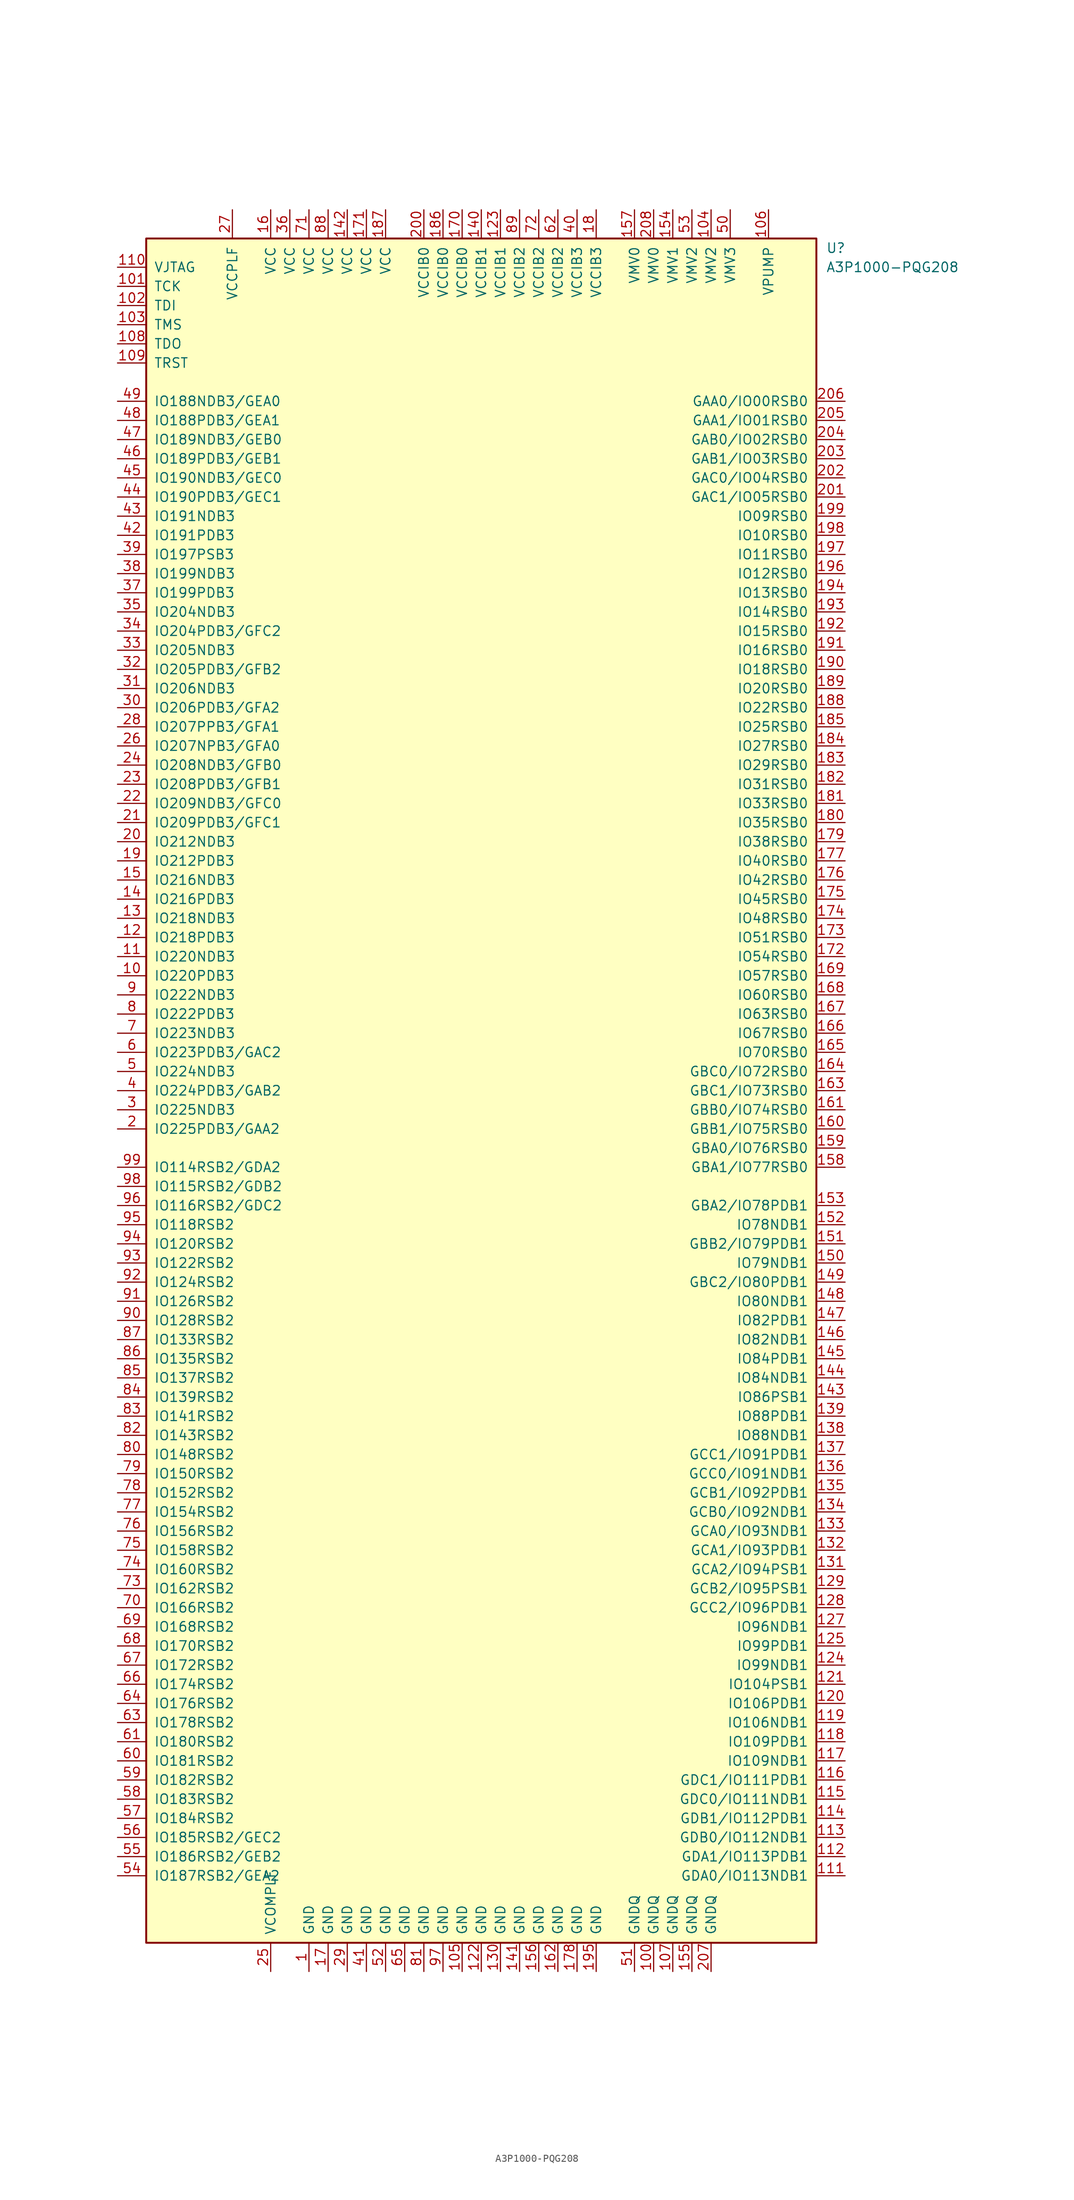
<source format=kicad_sym>
(kicad_symbol_lib
  (version 20201005)
  (generator kicad_symbol_editor)
  (symbol "FPGA_Microsemi:A3P1000-PQG208"
    (pin_names
      (offset 1.016))
    (property "Reference" "U"
      (at 45.72 111.76 0)
      (effects (font (size 1.27 1.27)) (justify left)))
    (property "Value" "A3P1000-PQG208"
      (at 45.72 109.22 0)
      (effects (font (size 1.27 1.27)) (justify left)))
    (symbol "A3P1000-PQG208_1_0"
      (rectangle (start -44.45 -113.03) (end 44.45 113.03) (stroke (width 0.254)) (fill (type background))))
    (symbol "A3P1000-PQG208_1_1"
      (pin power_in line (at -22.86 -116.84 90) (length 3.81) (name "GND" (effects (font (size 1.27 1.27)))) (number "1" (effects (font (size 1.27 1.27)))))
      (pin bidirectional line (at -48.26 15.24 0) (length 3.81) (name "IO220PDB3" (effects (font (size 1.27 1.27)))) (number "10" (effects (font (size 1.27 1.27)))))
      (pin power_in line (at 22.86 -116.84 90) (length 3.81) (name "GNDQ" (effects (font (size 1.27 1.27)))) (number "100" (effects (font (size 1.27 1.27)))))
      (pin bidirectional line (at -48.26 106.68 0) (length 3.81) (name "TCK" (effects (font (size 1.27 1.27)))) (number "101" (effects (font (size 1.27 1.27)))))
      (pin bidirectional line (at -48.26 104.14 0) (length 3.81) (name "TDI" (effects (font (size 1.27 1.27)))) (number "102" (effects (font (size 1.27 1.27)))))
      (pin bidirectional line (at -48.26 101.6 0) (length 3.81) (name "TMS" (effects (font (size 1.27 1.27)))) (number "103" (effects (font (size 1.27 1.27)))))
      (pin power_in line (at 30.48 116.84 270) (length 3.81) (name "VMV2" (effects (font (size 1.27 1.27)))) (number "104" (effects (font (size 1.27 1.27)))))
      (pin power_in line (at -2.54 -116.84 90) (length 3.81) (name "GND" (effects (font (size 1.27 1.27)))) (number "105" (effects (font (size 1.27 1.27)))))
      (pin power_in line (at 38.1 116.84 270) (length 3.81) (name "VPUMP" (effects (font (size 1.27 1.27)))) (number "106" (effects (font (size 1.27 1.27)))))
      (pin power_in line (at 25.4 -116.84 90) (length 3.81) (name "GNDQ" (effects (font (size 1.27 1.27)))) (number "107" (effects (font (size 1.27 1.27)))))
      (pin bidirectional line (at -48.26 99.06 0) (length 3.81) (name "TDO" (effects (font (size 1.27 1.27)))) (number "108" (effects (font (size 1.27 1.27)))))
      (pin bidirectional line (at -48.26 96.52 0) (length 3.81) (name "TRST" (effects (font (size 1.27 1.27)))) (number "109" (effects (font (size 1.27 1.27)))))
      (pin bidirectional line (at -48.26 17.78 0) (length 3.81) (name "IO220NDB3" (effects (font (size 1.27 1.27)))) (number "11" (effects (font (size 1.27 1.27)))))
      (pin power_in line (at -48.26 109.22 0) (length 3.81) (name "VJTAG" (effects (font (size 1.27 1.27)))) (number "110" (effects (font (size 1.27 1.27)))))
      (pin bidirectional line (at 48.26 -104.14 180) (length 3.81) (name "GDA0/IO113NDB1" (effects (font (size 1.27 1.27)))) (number "111" (effects (font (size 1.27 1.27)))))
      (pin bidirectional line (at 48.26 -101.6 180) (length 3.81) (name "GDA1/IO113PDB1" (effects (font (size 1.27 1.27)))) (number "112" (effects (font (size 1.27 1.27)))))
      (pin bidirectional line (at 48.26 -99.06 180) (length 3.81) (name "GDB0/IO112NDB1" (effects (font (size 1.27 1.27)))) (number "113" (effects (font (size 1.27 1.27)))))
      (pin bidirectional line (at 48.26 -96.52 180) (length 3.81) (name "GDB1/IO112PDB1" (effects (font (size 1.27 1.27)))) (number "114" (effects (font (size 1.27 1.27)))))
      (pin bidirectional line (at 48.26 -93.98 180) (length 3.81) (name "GDC0/IO111NDB1" (effects (font (size 1.27 1.27)))) (number "115" (effects (font (size 1.27 1.27)))))
      (pin bidirectional line (at 48.26 -91.44 180) (length 3.81) (name "GDC1/IO111PDB1" (effects (font (size 1.27 1.27)))) (number "116" (effects (font (size 1.27 1.27)))))
      (pin bidirectional line (at 48.26 -88.9 180) (length 3.81) (name "IO109NDB1" (effects (font (size 1.27 1.27)))) (number "117" (effects (font (size 1.27 1.27)))))
      (pin bidirectional line (at 48.26 -86.36 180) (length 3.81) (name "IO109PDB1" (effects (font (size 1.27 1.27)))) (number "118" (effects (font (size 1.27 1.27)))))
      (pin bidirectional line (at 48.26 -83.82 180) (length 3.81) (name "IO106NDB1" (effects (font (size 1.27 1.27)))) (number "119" (effects (font (size 1.27 1.27)))))
      (pin bidirectional line (at -48.26 20.32 0) (length 3.81) (name "IO218PDB3" (effects (font (size 1.27 1.27)))) (number "12" (effects (font (size 1.27 1.27)))))
      (pin bidirectional line (at 48.26 -81.28 180) (length 3.81) (name "IO106PDB1" (effects (font (size 1.27 1.27)))) (number "120" (effects (font (size 1.27 1.27)))))
      (pin bidirectional line (at 48.26 -78.74 180) (length 3.81) (name "IO104PSB1" (effects (font (size 1.27 1.27)))) (number "121" (effects (font (size 1.27 1.27)))))
      (pin power_in line (at 0 -116.84 90) (length 3.81) (name "GND" (effects (font (size 1.27 1.27)))) (number "122" (effects (font (size 1.27 1.27)))))
      (pin power_in line (at 2.54 116.84 270) (length 3.81) (name "VCCIB1" (effects (font (size 1.27 1.27)))) (number "123" (effects (font (size 1.27 1.27)))))
      (pin bidirectional line (at 48.26 -76.2 180) (length 3.81) (name "IO99NDB1" (effects (font (size 1.27 1.27)))) (number "124" (effects (font (size 1.27 1.27)))))
      (pin bidirectional line (at 48.26 -73.66 180) (length 3.81) (name "IO99PDB1" (effects (font (size 1.27 1.27)))) (number "125" (effects (font (size 1.27 1.27)))))
      (pin bidirectional line (at 48.26 -71.12 180) (length 3.81) (name "IO96NDB1" (effects (font (size 1.27 1.27)))) (number "127" (effects (font (size 1.27 1.27)))))
      (pin bidirectional line (at 48.26 -68.58 180) (length 3.81) (name "GCC2/IO96PDB1" (effects (font (size 1.27 1.27)))) (number "128" (effects (font (size 1.27 1.27)))))
      (pin bidirectional line (at 48.26 -66.04 180) (length 3.81) (name "GCB2/IO95PSB1" (effects (font (size 1.27 1.27)))) (number "129" (effects (font (size 1.27 1.27)))))
      (pin bidirectional line (at -48.26 22.86 0) (length 3.81) (name "IO218NDB3" (effects (font (size 1.27 1.27)))) (number "13" (effects (font (size 1.27 1.27)))))
      (pin power_in line (at 2.54 -116.84 90) (length 3.81) (name "GND" (effects (font (size 1.27 1.27)))) (number "130" (effects (font (size 1.27 1.27)))))
      (pin bidirectional line (at 48.26 -63.5 180) (length 3.81) (name "GCA2/IO94PSB1" (effects (font (size 1.27 1.27)))) (number "131" (effects (font (size 1.27 1.27)))))
      (pin bidirectional line (at 48.26 -60.96 180) (length 3.81) (name "GCA1/IO93PDB1" (effects (font (size 1.27 1.27)))) (number "132" (effects (font (size 1.27 1.27)))))
      (pin bidirectional line (at 48.26 -58.42 180) (length 3.81) (name "GCA0/IO93NDB1" (effects (font (size 1.27 1.27)))) (number "133" (effects (font (size 1.27 1.27)))))
      (pin bidirectional line (at 48.26 -55.88 180) (length 3.81) (name "GCB0/IO92NDB1" (effects (font (size 1.27 1.27)))) (number "134" (effects (font (size 1.27 1.27)))))
      (pin bidirectional line (at 48.26 -53.34 180) (length 3.81) (name "GCB1/IO92PDB1" (effects (font (size 1.27 1.27)))) (number "135" (effects (font (size 1.27 1.27)))))
      (pin bidirectional line (at 48.26 -50.8 180) (length 3.81) (name "GCC0/IO91NDB1" (effects (font (size 1.27 1.27)))) (number "136" (effects (font (size 1.27 1.27)))))
      (pin bidirectional line (at 48.26 -48.26 180) (length 3.81) (name "GCC1/IO91PDB1" (effects (font (size 1.27 1.27)))) (number "137" (effects (font (size 1.27 1.27)))))
      (pin bidirectional line (at 48.26 -45.72 180) (length 3.81) (name "IO88NDB1" (effects (font (size 1.27 1.27)))) (number "138" (effects (font (size 1.27 1.27)))))
      (pin bidirectional line (at 48.26 -43.18 180) (length 3.81) (name "IO88PDB1" (effects (font (size 1.27 1.27)))) (number "139" (effects (font (size 1.27 1.27)))))
      (pin bidirectional line (at -48.26 25.4 0) (length 3.81) (name "IO216PDB3" (effects (font (size 1.27 1.27)))) (number "14" (effects (font (size 1.27 1.27)))))
      (pin power_in line (at 0 116.84 270) (length 3.81) (name "VCCIB1" (effects (font (size 1.27 1.27)))) (number "140" (effects (font (size 1.27 1.27)))))
      (pin power_in line (at 5.08 -116.84 90) (length 3.81) (name "GND" (effects (font (size 1.27 1.27)))) (number "141" (effects (font (size 1.27 1.27)))))
      (pin power_in line (at -17.78 116.84 270) (length 3.81) (name "VCC" (effects (font (size 1.27 1.27)))) (number "142" (effects (font (size 1.27 1.27)))))
      (pin bidirectional line (at 48.26 -40.64 180) (length 3.81) (name "IO86PSB1" (effects (font (size 1.27 1.27)))) (number "143" (effects (font (size 1.27 1.27)))))
      (pin bidirectional line (at 48.26 -38.1 180) (length 3.81) (name "IO84NDB1" (effects (font (size 1.27 1.27)))) (number "144" (effects (font (size 1.27 1.27)))))
      (pin bidirectional line (at 48.26 -35.56 180) (length 3.81) (name "IO84PDB1" (effects (font (size 1.27 1.27)))) (number "145" (effects (font (size 1.27 1.27)))))
      (pin bidirectional line (at 48.26 -33.02 180) (length 3.81) (name "IO82NDB1" (effects (font (size 1.27 1.27)))) (number "146" (effects (font (size 1.27 1.27)))))
      (pin bidirectional line (at 48.26 -30.48 180) (length 3.81) (name "IO82PDB1" (effects (font (size 1.27 1.27)))) (number "147" (effects (font (size 1.27 1.27)))))
      (pin bidirectional line (at 48.26 -27.94 180) (length 3.81) (name "IO80NDB1" (effects (font (size 1.27 1.27)))) (number "148" (effects (font (size 1.27 1.27)))))
      (pin bidirectional line (at 48.26 -25.4 180) (length 3.81) (name "GBC2/IO80PDB1" (effects (font (size 1.27 1.27)))) (number "149" (effects (font (size 1.27 1.27)))))
      (pin bidirectional line (at -48.26 27.94 0) (length 3.81) (name "IO216NDB3" (effects (font (size 1.27 1.27)))) (number "15" (effects (font (size 1.27 1.27)))))
      (pin bidirectional line (at 48.26 -22.86 180) (length 3.81) (name "IO79NDB1" (effects (font (size 1.27 1.27)))) (number "150" (effects (font (size 1.27 1.27)))))
      (pin bidirectional line (at 48.26 -20.32 180) (length 3.81) (name "GBB2/IO79PDB1" (effects (font (size 1.27 1.27)))) (number "151" (effects (font (size 1.27 1.27)))))
      (pin bidirectional line (at 48.26 -17.78 180) (length 3.81) (name "IO78NDB1" (effects (font (size 1.27 1.27)))) (number "152" (effects (font (size 1.27 1.27)))))
      (pin bidirectional line (at 48.26 -15.24 180) (length 3.81) (name "GBA2/IO78PDB1" (effects (font (size 1.27 1.27)))) (number "153" (effects (font (size 1.27 1.27)))))
      (pin power_in line (at 25.4 116.84 270) (length 3.81) (name "VMV1" (effects (font (size 1.27 1.27)))) (number "154" (effects (font (size 1.27 1.27)))))
      (pin power_in line (at 27.94 -116.84 90) (length 3.81) (name "GNDQ" (effects (font (size 1.27 1.27)))) (number "155" (effects (font (size 1.27 1.27)))))
      (pin power_in line (at 7.62 -116.84 90) (length 3.81) (name "GND" (effects (font (size 1.27 1.27)))) (number "156" (effects (font (size 1.27 1.27)))))
      (pin power_in line (at 20.32 116.84 270) (length 3.81) (name "VMV0" (effects (font (size 1.27 1.27)))) (number "157" (effects (font (size 1.27 1.27)))))
      (pin bidirectional line (at 48.26 -10.16 180) (length 3.81) (name "GBA1/IO77RSB0" (effects (font (size 1.27 1.27)))) (number "158" (effects (font (size 1.27 1.27)))))
      (pin bidirectional line (at 48.26 -7.62 180) (length 3.81) (name "GBA0/IO76RSB0" (effects (font (size 1.27 1.27)))) (number "159" (effects (font (size 1.27 1.27)))))
      (pin power_in line (at -27.94 116.84 270) (length 3.81) (name "VCC" (effects (font (size 1.27 1.27)))) (number "16" (effects (font (size 1.27 1.27)))))
      (pin bidirectional line (at 48.26 -5.08 180) (length 3.81) (name "GBB1/IO75RSB0" (effects (font (size 1.27 1.27)))) (number "160" (effects (font (size 1.27 1.27)))))
      (pin bidirectional line (at 48.26 -2.54 180) (length 3.81) (name "GBB0/IO74RSB0" (effects (font (size 1.27 1.27)))) (number "161" (effects (font (size 1.27 1.27)))))
      (pin power_in line (at 10.16 -116.84 90) (length 3.81) (name "GND" (effects (font (size 1.27 1.27)))) (number "162" (effects (font (size 1.27 1.27)))))
      (pin bidirectional line (at 48.26 0 180) (length 3.81) (name "GBC1/IO73RSB0" (effects (font (size 1.27 1.27)))) (number "163" (effects (font (size 1.27 1.27)))))
      (pin bidirectional line (at 48.26 2.54 180) (length 3.81) (name "GBC0/IO72RSB0" (effects (font (size 1.27 1.27)))) (number "164" (effects (font (size 1.27 1.27)))))
      (pin bidirectional line (at 48.26 5.08 180) (length 3.81) (name "IO70RSB0" (effects (font (size 1.27 1.27)))) (number "165" (effects (font (size 1.27 1.27)))))
      (pin bidirectional line (at 48.26 7.62 180) (length 3.81) (name "IO67RSB0" (effects (font (size 1.27 1.27)))) (number "166" (effects (font (size 1.27 1.27)))))
      (pin bidirectional line (at 48.26 10.16 180) (length 3.81) (name "IO63RSB0" (effects (font (size 1.27 1.27)))) (number "167" (effects (font (size 1.27 1.27)))))
      (pin bidirectional line (at 48.26 12.7 180) (length 3.81) (name "IO60RSB0" (effects (font (size 1.27 1.27)))) (number "168" (effects (font (size 1.27 1.27)))))
      (pin bidirectional line (at 48.26 15.24 180) (length 3.81) (name "IO57RSB0" (effects (font (size 1.27 1.27)))) (number "169" (effects (font (size 1.27 1.27)))))
      (pin power_in line (at -20.32 -116.84 90) (length 3.81) (name "GND" (effects (font (size 1.27 1.27)))) (number "17" (effects (font (size 1.27 1.27)))))
      (pin power_in line (at -2.54 116.84 270) (length 3.81) (name "VCCIB0" (effects (font (size 1.27 1.27)))) (number "170" (effects (font (size 1.27 1.27)))))
      (pin power_in line (at -15.24 116.84 270) (length 3.81) (name "VCC" (effects (font (size 1.27 1.27)))) (number "171" (effects (font (size 1.27 1.27)))))
      (pin bidirectional line (at 48.26 17.78 180) (length 3.81) (name "IO54RSB0" (effects (font (size 1.27 1.27)))) (number "172" (effects (font (size 1.27 1.27)))))
      (pin bidirectional line (at 48.26 20.32 180) (length 3.81) (name "IO51RSB0" (effects (font (size 1.27 1.27)))) (number "173" (effects (font (size 1.27 1.27)))))
      (pin bidirectional line (at 48.26 22.86 180) (length 3.81) (name "IO48RSB0" (effects (font (size 1.27 1.27)))) (number "174" (effects (font (size 1.27 1.27)))))
      (pin bidirectional line (at 48.26 25.4 180) (length 3.81) (name "IO45RSB0" (effects (font (size 1.27 1.27)))) (number "175" (effects (font (size 1.27 1.27)))))
      (pin bidirectional line (at 48.26 27.94 180) (length 3.81) (name "IO42RSB0" (effects (font (size 1.27 1.27)))) (number "176" (effects (font (size 1.27 1.27)))))
      (pin bidirectional line (at 48.26 30.48 180) (length 3.81) (name "IO40RSB0" (effects (font (size 1.27 1.27)))) (number "177" (effects (font (size 1.27 1.27)))))
      (pin power_in line (at 12.7 -116.84 90) (length 3.81) (name "GND" (effects (font (size 1.27 1.27)))) (number "178" (effects (font (size 1.27 1.27)))))
      (pin bidirectional line (at 48.26 33.02 180) (length 3.81) (name "IO38RSB0" (effects (font (size 1.27 1.27)))) (number "179" (effects (font (size 1.27 1.27)))))
      (pin power_in line (at 15.24 116.84 270) (length 3.81) (name "VCCIB3" (effects (font (size 1.27 1.27)))) (number "18" (effects (font (size 1.27 1.27)))))
      (pin bidirectional line (at 48.26 35.56 180) (length 3.81) (name "IO35RSB0" (effects (font (size 1.27 1.27)))) (number "180" (effects (font (size 1.27 1.27)))))
      (pin bidirectional line (at 48.26 38.1 180) (length 3.81) (name "IO33RSB0" (effects (font (size 1.27 1.27)))) (number "181" (effects (font (size 1.27 1.27)))))
      (pin bidirectional line (at 48.26 40.64 180) (length 3.81) (name "IO31RSB0" (effects (font (size 1.27 1.27)))) (number "182" (effects (font (size 1.27 1.27)))))
      (pin bidirectional line (at 48.26 43.18 180) (length 3.81) (name "IO29RSB0" (effects (font (size 1.27 1.27)))) (number "183" (effects (font (size 1.27 1.27)))))
      (pin bidirectional line (at 48.26 45.72 180) (length 3.81) (name "IO27RSB0" (effects (font (size 1.27 1.27)))) (number "184" (effects (font (size 1.27 1.27)))))
      (pin bidirectional line (at 48.26 48.26 180) (length 3.81) (name "IO25RSB0" (effects (font (size 1.27 1.27)))) (number "185" (effects (font (size 1.27 1.27)))))
      (pin power_in line (at -5.08 116.84 270) (length 3.81) (name "VCCIB0" (effects (font (size 1.27 1.27)))) (number "186" (effects (font (size 1.27 1.27)))))
      (pin power_in line (at -12.7 116.84 270) (length 3.81) (name "VCC" (effects (font (size 1.27 1.27)))) (number "187" (effects (font (size 1.27 1.27)))))
      (pin bidirectional line (at 48.26 50.8 180) (length 3.81) (name "IO22RSB0" (effects (font (size 1.27 1.27)))) (number "188" (effects (font (size 1.27 1.27)))))
      (pin bidirectional line (at 48.26 53.34 180) (length 3.81) (name "IO20RSB0" (effects (font (size 1.27 1.27)))) (number "189" (effects (font (size 1.27 1.27)))))
      (pin bidirectional line (at -48.26 30.48 0) (length 3.81) (name "IO212PDB3" (effects (font (size 1.27 1.27)))) (number "19" (effects (font (size 1.27 1.27)))))
      (pin bidirectional line (at 48.26 55.88 180) (length 3.81) (name "IO18RSB0" (effects (font (size 1.27 1.27)))) (number "190" (effects (font (size 1.27 1.27)))))
      (pin bidirectional line (at 48.26 58.42 180) (length 3.81) (name "IO16RSB0" (effects (font (size 1.27 1.27)))) (number "191" (effects (font (size 1.27 1.27)))))
      (pin bidirectional line (at 48.26 60.96 180) (length 3.81) (name "IO15RSB0" (effects (font (size 1.27 1.27)))) (number "192" (effects (font (size 1.27 1.27)))))
      (pin bidirectional line (at 48.26 63.5 180) (length 3.81) (name "IO14RSB0" (effects (font (size 1.27 1.27)))) (number "193" (effects (font (size 1.27 1.27)))))
      (pin bidirectional line (at 48.26 66.04 180) (length 3.81) (name "IO13RSB0" (effects (font (size 1.27 1.27)))) (number "194" (effects (font (size 1.27 1.27)))))
      (pin power_in line (at 15.24 -116.84 90) (length 3.81) (name "GND" (effects (font (size 1.27 1.27)))) (number "195" (effects (font (size 1.27 1.27)))))
      (pin bidirectional line (at 48.26 68.58 180) (length 3.81) (name "IO12RSB0" (effects (font (size 1.27 1.27)))) (number "196" (effects (font (size 1.27 1.27)))))
      (pin bidirectional line (at 48.26 71.12 180) (length 3.81) (name "IO11RSB0" (effects (font (size 1.27 1.27)))) (number "197" (effects (font (size 1.27 1.27)))))
      (pin bidirectional line (at 48.26 73.66 180) (length 3.81) (name "IO10RSB0" (effects (font (size 1.27 1.27)))) (number "198" (effects (font (size 1.27 1.27)))))
      (pin bidirectional line (at 48.26 76.2 180) (length 3.81) (name "IO09RSB0" (effects (font (size 1.27 1.27)))) (number "199" (effects (font (size 1.27 1.27)))))
      (pin bidirectional line (at -48.26 -5.08 0) (length 3.81) (name "IO225PDB3/GAA2" (effects (font (size 1.27 1.27)))) (number "2" (effects (font (size 1.27 1.27)))))
      (pin bidirectional line (at -48.26 33.02 0) (length 3.81) (name "IO212NDB3" (effects (font (size 1.27 1.27)))) (number "20" (effects (font (size 1.27 1.27)))))
      (pin power_in line (at -7.62 116.84 270) (length 3.81) (name "VCCIB0" (effects (font (size 1.27 1.27)))) (number "200" (effects (font (size 1.27 1.27)))))
      (pin bidirectional line (at 48.26 78.74 180) (length 3.81) (name "GAC1/IO05RSB0" (effects (font (size 1.27 1.27)))) (number "201" (effects (font (size 1.27 1.27)))))
      (pin bidirectional line (at 48.26 81.28 180) (length 3.81) (name "GAC0/IO04RSB0" (effects (font (size 1.27 1.27)))) (number "202" (effects (font (size 1.27 1.27)))))
      (pin bidirectional line (at 48.26 83.82 180) (length 3.81) (name "GAB1/IO03RSB0" (effects (font (size 1.27 1.27)))) (number "203" (effects (font (size 1.27 1.27)))))
      (pin bidirectional line (at 48.26 86.36 180) (length 3.81) (name "GAB0/IO02RSB0" (effects (font (size 1.27 1.27)))) (number "204" (effects (font (size 1.27 1.27)))))
      (pin bidirectional line (at 48.26 88.9 180) (length 3.81) (name "GAA1/IO01RSB0" (effects (font (size 1.27 1.27)))) (number "205" (effects (font (size 1.27 1.27)))))
      (pin bidirectional line (at 48.26 91.44 180) (length 3.81) (name "GAA0/IO00RSB0" (effects (font (size 1.27 1.27)))) (number "206" (effects (font (size 1.27 1.27)))))
      (pin power_in line (at 30.48 -116.84 90) (length 3.81) (name "GNDQ" (effects (font (size 1.27 1.27)))) (number "207" (effects (font (size 1.27 1.27)))))
      (pin power_in line (at 22.86 116.84 270) (length 3.81) (name "VMV0" (effects (font (size 1.27 1.27)))) (number "208" (effects (font (size 1.27 1.27)))))
      (pin bidirectional line (at -48.26 35.56 0) (length 3.81) (name "IO209PDB3/GFC1" (effects (font (size 1.27 1.27)))) (number "21" (effects (font (size 1.27 1.27)))))
      (pin bidirectional line (at -48.26 38.1 0) (length 3.81) (name "IO209NDB3/GFC0" (effects (font (size 1.27 1.27)))) (number "22" (effects (font (size 1.27 1.27)))))
      (pin bidirectional line (at -48.26 40.64 0) (length 3.81) (name "IO208PDB3/GFB1" (effects (font (size 1.27 1.27)))) (number "23" (effects (font (size 1.27 1.27)))))
      (pin bidirectional line (at -48.26 43.18 0) (length 3.81) (name "IO208NDB3/GFB0" (effects (font (size 1.27 1.27)))) (number "24" (effects (font (size 1.27 1.27)))))
      (pin power_in line (at -27.94 -116.84 90) (length 3.81) (name "VCOMPLF" (effects (font (size 1.27 1.27)))) (number "25" (effects (font (size 1.27 1.27)))))
      (pin bidirectional line (at -48.26 45.72 0) (length 3.81) (name "IO207NPB3/GFA0" (effects (font (size 1.27 1.27)))) (number "26" (effects (font (size 1.27 1.27)))))
      (pin power_in line (at -33.02 116.84 270) (length 3.81) (name "VCCPLF" (effects (font (size 1.27 1.27)))) (number "27" (effects (font (size 1.27 1.27)))))
      (pin bidirectional line (at -48.26 48.26 0) (length 3.81) (name "IO207PPB3/GFA1" (effects (font (size 1.27 1.27)))) (number "28" (effects (font (size 1.27 1.27)))))
      (pin power_in line (at -17.78 -116.84 90) (length 3.81) (name "GND" (effects (font (size 1.27 1.27)))) (number "29" (effects (font (size 1.27 1.27)))))
      (pin bidirectional line (at -48.26 -2.54 0) (length 3.81) (name "IO225NDB3" (effects (font (size 1.27 1.27)))) (number "3" (effects (font (size 1.27 1.27)))))
      (pin bidirectional line (at -48.26 50.8 0) (length 3.81) (name "IO206PDB3/GFA2" (effects (font (size 1.27 1.27)))) (number "30" (effects (font (size 1.27 1.27)))))
      (pin bidirectional line (at -48.26 53.34 0) (length 3.81) (name "IO206NDB3" (effects (font (size 1.27 1.27)))) (number "31" (effects (font (size 1.27 1.27)))))
      (pin bidirectional line (at -48.26 55.88 0) (length 3.81) (name "IO205PDB3/GFB2" (effects (font (size 1.27 1.27)))) (number "32" (effects (font (size 1.27 1.27)))))
      (pin bidirectional line (at -48.26 58.42 0) (length 3.81) (name "IO205NDB3" (effects (font (size 1.27 1.27)))) (number "33" (effects (font (size 1.27 1.27)))))
      (pin bidirectional line (at -48.26 60.96 0) (length 3.81) (name "IO204PDB3/GFC2" (effects (font (size 1.27 1.27)))) (number "34" (effects (font (size 1.27 1.27)))))
      (pin bidirectional line (at -48.26 63.5 0) (length 3.81) (name "IO204NDB3" (effects (font (size 1.27 1.27)))) (number "35" (effects (font (size 1.27 1.27)))))
      (pin power_in line (at -25.4 116.84 270) (length 3.81) (name "VCC" (effects (font (size 1.27 1.27)))) (number "36" (effects (font (size 1.27 1.27)))))
      (pin bidirectional line (at -48.26 66.04 0) (length 3.81) (name "IO199PDB3" (effects (font (size 1.27 1.27)))) (number "37" (effects (font (size 1.27 1.27)))))
      (pin bidirectional line (at -48.26 68.58 0) (length 3.81) (name "IO199NDB3" (effects (font (size 1.27 1.27)))) (number "38" (effects (font (size 1.27 1.27)))))
      (pin bidirectional line (at -48.26 71.12 0) (length 3.81) (name "IO197PSB3" (effects (font (size 1.27 1.27)))) (number "39" (effects (font (size 1.27 1.27)))))
      (pin bidirectional line (at -48.26 0 0) (length 3.81) (name "IO224PDB3/GAB2" (effects (font (size 1.27 1.27)))) (number "4" (effects (font (size 1.27 1.27)))))
      (pin power_in line (at 12.7 116.84 270) (length 3.81) (name "VCCIB3" (effects (font (size 1.27 1.27)))) (number "40" (effects (font (size 1.27 1.27)))))
      (pin power_in line (at -15.24 -116.84 90) (length 3.81) (name "GND" (effects (font (size 1.27 1.27)))) (number "41" (effects (font (size 1.27 1.27)))))
      (pin bidirectional line (at -48.26 73.66 0) (length 3.81) (name "IO191PDB3" (effects (font (size 1.27 1.27)))) (number "42" (effects (font (size 1.27 1.27)))))
      (pin bidirectional line (at -48.26 76.2 0) (length 3.81) (name "IO191NDB3" (effects (font (size 1.27 1.27)))) (number "43" (effects (font (size 1.27 1.27)))))
      (pin bidirectional line (at -48.26 78.74 0) (length 3.81) (name "IO190PDB3/GEC1" (effects (font (size 1.27 1.27)))) (number "44" (effects (font (size 1.27 1.27)))))
      (pin bidirectional line (at -48.26 81.28 0) (length 3.81) (name "IO190NDB3/GEC0" (effects (font (size 1.27 1.27)))) (number "45" (effects (font (size 1.27 1.27)))))
      (pin bidirectional line (at -48.26 83.82 0) (length 3.81) (name "IO189PDB3/GEB1" (effects (font (size 1.27 1.27)))) (number "46" (effects (font (size 1.27 1.27)))))
      (pin bidirectional line (at -48.26 86.36 0) (length 3.81) (name "IO189NDB3/GEB0" (effects (font (size 1.27 1.27)))) (number "47" (effects (font (size 1.27 1.27)))))
      (pin bidirectional line (at -48.26 88.9 0) (length 3.81) (name "IO188PDB3/GEA1" (effects (font (size 1.27 1.27)))) (number "48" (effects (font (size 1.27 1.27)))))
      (pin bidirectional line (at -48.26 91.44 0) (length 3.81) (name "IO188NDB3/GEA0" (effects (font (size 1.27 1.27)))) (number "49" (effects (font (size 1.27 1.27)))))
      (pin bidirectional line (at -48.26 2.54 0) (length 3.81) (name "IO224NDB3" (effects (font (size 1.27 1.27)))) (number "5" (effects (font (size 1.27 1.27)))))
      (pin power_in line (at 33.02 116.84 270) (length 3.81) (name "VMV3" (effects (font (size 1.27 1.27)))) (number "50" (effects (font (size 1.27 1.27)))))
      (pin power_in line (at 20.32 -116.84 90) (length 3.81) (name "GNDQ" (effects (font (size 1.27 1.27)))) (number "51" (effects (font (size 1.27 1.27)))))
      (pin power_in line (at -12.7 -116.84 90) (length 3.81) (name "GND" (effects (font (size 1.27 1.27)))) (number "52" (effects (font (size 1.27 1.27)))))
      (pin power_in line (at 27.94 116.84 270) (length 3.81) (name "VMV2" (effects (font (size 1.27 1.27)))) (number "53" (effects (font (size 1.27 1.27)))))
      (pin bidirectional line (at -48.26 -104.14 0) (length 3.81) (name "IO187RSB2/GEA2" (effects (font (size 1.27 1.27)))) (number "54" (effects (font (size 1.27 1.27)))))
      (pin bidirectional line (at -48.26 -101.6 0) (length 3.81) (name "IO186RSB2/GEB2" (effects (font (size 1.27 1.27)))) (number "55" (effects (font (size 1.27 1.27)))))
      (pin bidirectional line (at -48.26 -99.06 0) (length 3.81) (name "IO185RSB2/GEC2" (effects (font (size 1.27 1.27)))) (number "56" (effects (font (size 1.27 1.27)))))
      (pin bidirectional line (at -48.26 -96.52 0) (length 3.81) (name "IO184RSB2" (effects (font (size 1.27 1.27)))) (number "57" (effects (font (size 1.27 1.27)))))
      (pin bidirectional line (at -48.26 -93.98 0) (length 3.81) (name "IO183RSB2" (effects (font (size 1.27 1.27)))) (number "58" (effects (font (size 1.27 1.27)))))
      (pin bidirectional line (at -48.26 -91.44 0) (length 3.81) (name "IO182RSB2" (effects (font (size 1.27 1.27)))) (number "59" (effects (font (size 1.27 1.27)))))
      (pin bidirectional line (at -48.26 5.08 0) (length 3.81) (name "IO223PDB3/GAC2" (effects (font (size 1.27 1.27)))) (number "6" (effects (font (size 1.27 1.27)))))
      (pin bidirectional line (at -48.26 -88.9 0) (length 3.81) (name "IO181RSB2" (effects (font (size 1.27 1.27)))) (number "60" (effects (font (size 1.27 1.27)))))
      (pin bidirectional line (at -48.26 -86.36 0) (length 3.81) (name "IO180RSB2" (effects (font (size 1.27 1.27)))) (number "61" (effects (font (size 1.27 1.27)))))
      (pin power_in line (at 10.16 116.84 270) (length 3.81) (name "VCCIB2" (effects (font (size 1.27 1.27)))) (number "62" (effects (font (size 1.27 1.27)))))
      (pin bidirectional line (at -48.26 -83.82 0) (length 3.81) (name "IO178RSB2" (effects (font (size 1.27 1.27)))) (number "63" (effects (font (size 1.27 1.27)))))
      (pin bidirectional line (at -48.26 -81.28 0) (length 3.81) (name "IO176RSB2" (effects (font (size 1.27 1.27)))) (number "64" (effects (font (size 1.27 1.27)))))
      (pin power_in line (at -10.16 -116.84 90) (length 3.81) (name "GND" (effects (font (size 1.27 1.27)))) (number "65" (effects (font (size 1.27 1.27)))))
      (pin bidirectional line (at -48.26 -78.74 0) (length 3.81) (name "IO174RSB2" (effects (font (size 1.27 1.27)))) (number "66" (effects (font (size 1.27 1.27)))))
      (pin bidirectional line (at -48.26 -76.2 0) (length 3.81) (name "IO172RSB2" (effects (font (size 1.27 1.27)))) (number "67" (effects (font (size 1.27 1.27)))))
      (pin bidirectional line (at -48.26 -73.66 0) (length 3.81) (name "IO170RSB2" (effects (font (size 1.27 1.27)))) (number "68" (effects (font (size 1.27 1.27)))))
      (pin bidirectional line (at -48.26 -71.12 0) (length 3.81) (name "IO168RSB2" (effects (font (size 1.27 1.27)))) (number "69" (effects (font (size 1.27 1.27)))))
      (pin bidirectional line (at -48.26 7.62 0) (length 3.81) (name "IO223NDB3" (effects (font (size 1.27 1.27)))) (number "7" (effects (font (size 1.27 1.27)))))
      (pin bidirectional line (at -48.26 -68.58 0) (length 3.81) (name "IO166RSB2" (effects (font (size 1.27 1.27)))) (number "70" (effects (font (size 1.27 1.27)))))
      (pin power_in line (at -22.86 116.84 270) (length 3.81) (name "VCC" (effects (font (size 1.27 1.27)))) (number "71" (effects (font (size 1.27 1.27)))))
      (pin power_in line (at 7.62 116.84 270) (length 3.81) (name "VCCIB2" (effects (font (size 1.27 1.27)))) (number "72" (effects (font (size 1.27 1.27)))))
      (pin bidirectional line (at -48.26 -66.04 0) (length 3.81) (name "IO162RSB2" (effects (font (size 1.27 1.27)))) (number "73" (effects (font (size 1.27 1.27)))))
      (pin bidirectional line (at -48.26 -63.5 0) (length 3.81) (name "IO160RSB2" (effects (font (size 1.27 1.27)))) (number "74" (effects (font (size 1.27 1.27)))))
      (pin bidirectional line (at -48.26 -60.96 0) (length 3.81) (name "IO158RSB2" (effects (font (size 1.27 1.27)))) (number "75" (effects (font (size 1.27 1.27)))))
      (pin bidirectional line (at -48.26 -58.42 0) (length 3.81) (name "IO156RSB2" (effects (font (size 1.27 1.27)))) (number "76" (effects (font (size 1.27 1.27)))))
      (pin bidirectional line (at -48.26 -55.88 0) (length 3.81) (name "IO154RSB2" (effects (font (size 1.27 1.27)))) (number "77" (effects (font (size 1.27 1.27)))))
      (pin bidirectional line (at -48.26 -53.34 0) (length 3.81) (name "IO152RSB2" (effects (font (size 1.27 1.27)))) (number "78" (effects (font (size 1.27 1.27)))))
      (pin bidirectional line (at -48.26 -50.8 0) (length 3.81) (name "IO150RSB2" (effects (font (size 1.27 1.27)))) (number "79" (effects (font (size 1.27 1.27)))))
      (pin bidirectional line (at -48.26 10.16 0) (length 3.81) (name "IO222PDB3" (effects (font (size 1.27 1.27)))) (number "8" (effects (font (size 1.27 1.27)))))
      (pin bidirectional line (at -48.26 -48.26 0) (length 3.81) (name "IO148RSB2" (effects (font (size 1.27 1.27)))) (number "80" (effects (font (size 1.27 1.27)))))
      (pin power_in line (at -7.62 -116.84 90) (length 3.81) (name "GND" (effects (font (size 1.27 1.27)))) (number "81" (effects (font (size 1.27 1.27)))))
      (pin bidirectional line (at -48.26 -45.72 0) (length 3.81) (name "IO143RSB2" (effects (font (size 1.27 1.27)))) (number "82" (effects (font (size 1.27 1.27)))))
      (pin bidirectional line (at -48.26 -43.18 0) (length 3.81) (name "IO141RSB2" (effects (font (size 1.27 1.27)))) (number "83" (effects (font (size 1.27 1.27)))))
      (pin bidirectional line (at -48.26 -40.64 0) (length 3.81) (name "IO139RSB2" (effects (font (size 1.27 1.27)))) (number "84" (effects (font (size 1.27 1.27)))))
      (pin bidirectional line (at -48.26 -38.1 0) (length 3.81) (name "IO137RSB2" (effects (font (size 1.27 1.27)))) (number "85" (effects (font (size 1.27 1.27)))))
      (pin bidirectional line (at -48.26 -35.56 0) (length 3.81) (name "IO135RSB2" (effects (font (size 1.27 1.27)))) (number "86" (effects (font (size 1.27 1.27)))))
      (pin bidirectional line (at -48.26 -33.02 0) (length 3.81) (name "IO133RSB2" (effects (font (size 1.27 1.27)))) (number "87" (effects (font (size 1.27 1.27)))))
      (pin power_in line (at -20.32 116.84 270) (length 3.81) (name "VCC" (effects (font (size 1.27 1.27)))) (number "88" (effects (font (size 1.27 1.27)))))
      (pin power_in line (at 5.08 116.84 270) (length 3.81) (name "VCCIB2" (effects (font (size 1.27 1.27)))) (number "89" (effects (font (size 1.27 1.27)))))
      (pin bidirectional line (at -48.26 12.7 0) (length 3.81) (name "IO222NDB3" (effects (font (size 1.27 1.27)))) (number "9" (effects (font (size 1.27 1.27)))))
      (pin bidirectional line (at -48.26 -30.48 0) (length 3.81) (name "IO128RSB2" (effects (font (size 1.27 1.27)))) (number "90" (effects (font (size 1.27 1.27)))))
      (pin bidirectional line (at -48.26 -27.94 0) (length 3.81) (name "IO126RSB2" (effects (font (size 1.27 1.27)))) (number "91" (effects (font (size 1.27 1.27)))))
      (pin bidirectional line (at -48.26 -25.4 0) (length 3.81) (name "IO124RSB2" (effects (font (size 1.27 1.27)))) (number "92" (effects (font (size 1.27 1.27)))))
      (pin bidirectional line (at -48.26 -22.86 0) (length 3.81) (name "IO122RSB2" (effects (font (size 1.27 1.27)))) (number "93" (effects (font (size 1.27 1.27)))))
      (pin bidirectional line (at -48.26 -20.32 0) (length 3.81) (name "IO120RSB2" (effects (font (size 1.27 1.27)))) (number "94" (effects (font (size 1.27 1.27)))))
      (pin bidirectional line (at -48.26 -17.78 0) (length 3.81) (name "IO118RSB2" (effects (font (size 1.27 1.27)))) (number "95" (effects (font (size 1.27 1.27)))))
      (pin bidirectional line (at -48.26 -15.24 0) (length 3.81) (name "IO116RSB2/GDC2" (effects (font (size 1.27 1.27)))) (number "96" (effects (font (size 1.27 1.27)))))
      (pin power_in line (at -5.08 -116.84 90) (length 3.81) (name "GND" (effects (font (size 1.27 1.27)))) (number "97" (effects (font (size 1.27 1.27)))))
      (pin bidirectional line (at -48.26 -12.7 0) (length 3.81) (name "IO115RSB2/GDB2" (effects (font (size 1.27 1.27)))) (number "98" (effects (font (size 1.27 1.27)))))
      (pin bidirectional line (at -48.26 -10.16 0) (length 3.81) (name "IO114RSB2/GDA2" (effects (font (size 1.27 1.27)))) (number "99" (effects (font (size 1.27 1.27))))))))
</source>
